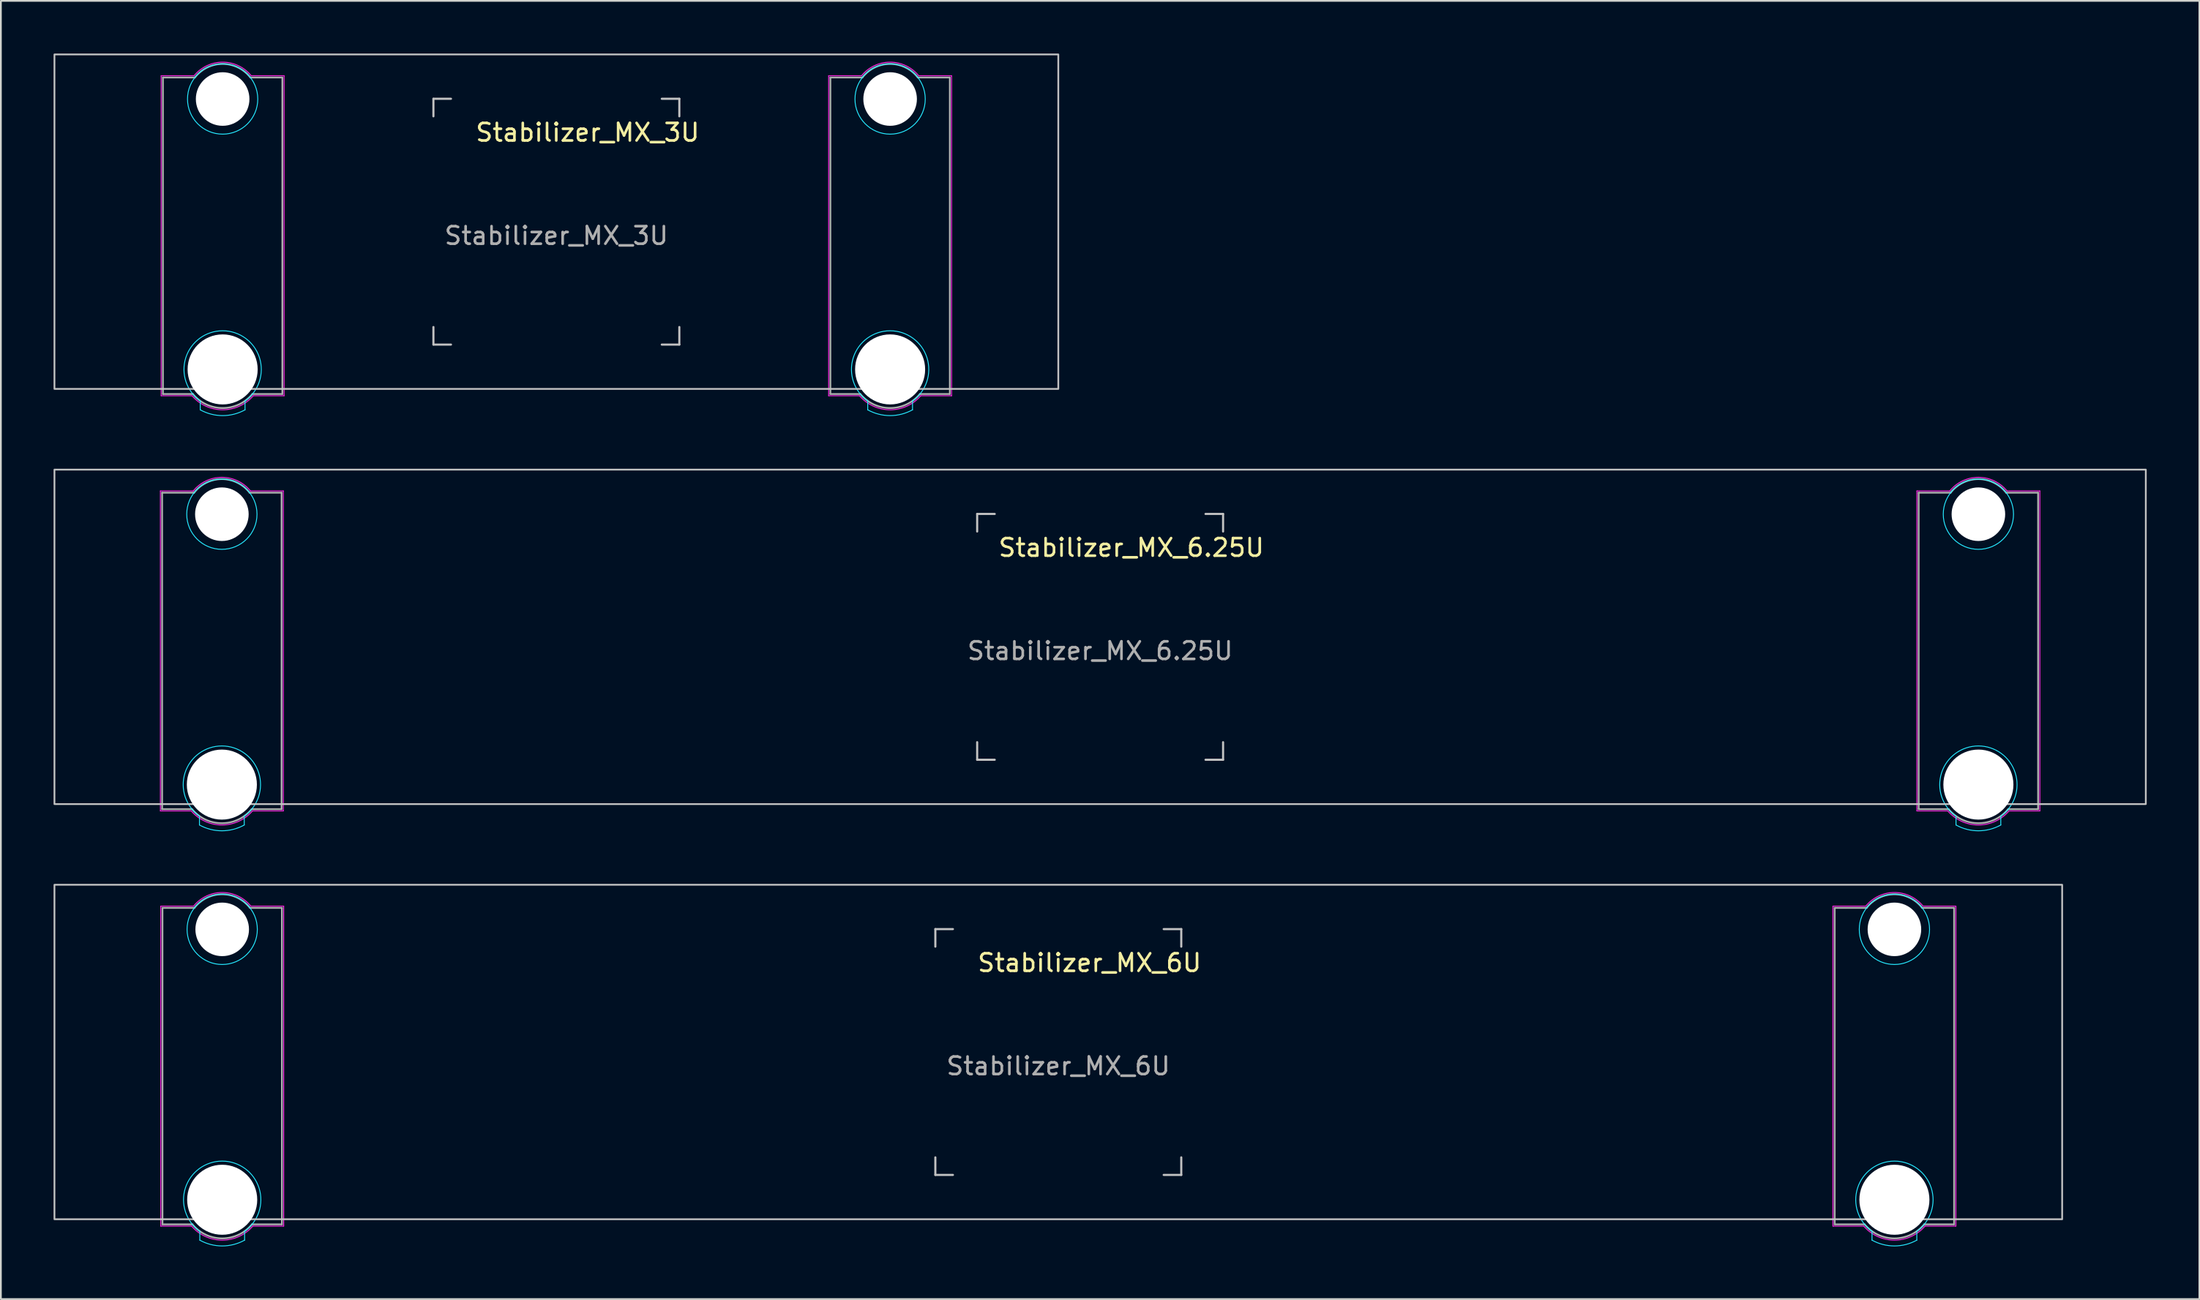
<source format=kicad_pcb>
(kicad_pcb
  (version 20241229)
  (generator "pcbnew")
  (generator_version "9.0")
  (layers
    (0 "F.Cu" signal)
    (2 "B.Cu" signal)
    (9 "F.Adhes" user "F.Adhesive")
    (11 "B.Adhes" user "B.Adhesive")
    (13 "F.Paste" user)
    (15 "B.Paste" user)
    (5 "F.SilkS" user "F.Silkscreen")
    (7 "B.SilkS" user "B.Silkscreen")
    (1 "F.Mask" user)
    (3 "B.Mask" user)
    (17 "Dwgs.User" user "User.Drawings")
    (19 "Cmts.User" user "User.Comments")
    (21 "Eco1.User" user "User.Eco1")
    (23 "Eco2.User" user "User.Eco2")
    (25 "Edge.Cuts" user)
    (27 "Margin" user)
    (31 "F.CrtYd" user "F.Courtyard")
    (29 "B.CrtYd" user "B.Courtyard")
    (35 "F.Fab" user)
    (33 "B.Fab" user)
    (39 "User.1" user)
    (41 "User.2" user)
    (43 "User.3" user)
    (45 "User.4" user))
  (footprint "Stabilizer_MX_6.25U"
    (layer "F.Cu")
    (at 59.581 33.221)
    (property "Reference" "Stabilizer_MX_6.25U" (at 1.778 -5.08 180) (layer "F.SilkS") (effects (font (size 1 1) (thickness 0.15))))
    (attr exclude_from_pos_files exclude_from_bom)
    (fp_line (start -7 -7) (end -7 -6) (stroke (width 0.12) (type solid)) (layer "Dwgs.User"))
    (fp_line (start -7 -7) (end -6 -7) (stroke (width 0.12) (type solid)) (layer "Dwgs.User"))
    (fp_line (start -7 7) (end -7 6) (stroke (width 0.12) (type solid)) (layer "Dwgs.User"))
    (fp_line (start -6 7) (end -7 7) (stroke (width 0.12) (type solid)) (layer "Dwgs.User"))
    (fp_line (start 6 -7) (end 7 -7) (stroke (width 0.12) (type solid)) (layer "Dwgs.User"))
    (fp_line (start 7 -7) (end 7 -6) (stroke (width 0.12) (type solid)) (layer "Dwgs.User"))
    (fp_line (start 7 6) (end 7 7) (stroke (width 0.12) (type solid)) (layer "Dwgs.User"))
    (fp_line (start 7 7) (end 6 7) (stroke (width 0.12) (type solid)) (layer "Dwgs.User"))
    (fp_rect (start -59.531 -9.525) (end 59.531 9.525) (stroke (width 0.1) (type default)) (fill no) (layer "Dwgs.User"))
    (fp_line (start -51.275 10.209) (end -51.275 10.716) (stroke (width 0.05) (type default)) (layer "B.CrtYd"))
    (fp_line (start -48.725 10.716) (end -48.725 10.209) (stroke (width 0.05) (type default)) (layer "B.CrtYd"))
    (fp_line (start 48.725 10.209) (end 48.725 10.716) (stroke (width 0.05) (type default)) (layer "B.CrtYd"))
    (fp_line (start 51.275 10.716) (end 51.275 10.209) (stroke (width 0.05) (type default)) (layer "B.CrtYd"))
    (fp_arc (start -51.275212 10.209157) (mid -49.999999 6.213826) (end -48.724789 10.209158) (stroke (width 0.05) (type default)) (layer "B.CrtYd"))
    (fp_arc (start -48.724789 10.715741) (mid -50 11.045508) (end -51.275212 10.715741) (stroke (width 0.05) (type default)) (layer "B.CrtYd"))
    (fp_arc (start 48.724788 10.209157) (mid 50.000001 6.213826) (end 51.275211 10.209158) (stroke (width 0.05) (type default)) (layer "B.CrtYd"))
    (fp_arc (start 51.275211 10.715741) (mid 50 11.045508) (end 48.724788 10.715741) (stroke (width 0.05) (type default)) (layer "B.CrtYd"))
    (fp_circle (center -50 -6.985) (end -50 -8.985) (stroke (width 0.05) (type default)) (fill no) (layer "B.CrtYd"))
    (fp_circle (center 50 -6.985) (end 50 -8.985) (stroke (width 0.05) (type default)) (fill no) (layer "B.CrtYd"))
    (fp_line (start -53.5 -8.31) (end -53.5 9.915) (stroke (width 0.05) (type default)) (layer "F.CrtYd"))
    (fp_line (start -53.5 9.915) (end -51.744 9.915) (stroke (width 0.05) (type default)) (layer "F.CrtYd"))
    (fp_line (start -51.629 -8.31) (end -53.5 -8.31) (stroke (width 0.05) (type default)) (layer "F.CrtYd"))
    (fp_line (start -48.371 -8.31) (end -46.5 -8.31) (stroke (width 0.05) (type default)) (layer "F.CrtYd"))
    (fp_line (start -48.256 9.915) (end -46.5 9.915) (stroke (width 0.05) (type default)) (layer "F.CrtYd"))
    (fp_line (start -46.5 9.915) (end -46.5 -8.31) (stroke (width 0.05) (type default)) (layer "F.CrtYd"))
    (fp_line (start 46.5 -8.31) (end 46.5 9.915) (stroke (width 0.05) (type default)) (layer "F.CrtYd"))
    (fp_line (start 46.5 9.915) (end 48.256 9.915) (stroke (width 0.05) (type default)) (layer "F.CrtYd"))
    (fp_line (start 48.371 -8.31) (end 46.5 -8.31) (stroke (width 0.05) (type default)) (layer "F.CrtYd"))
    (fp_line (start 51.629 -8.31) (end 53.5 -8.31) (stroke (width 0.05) (type default)) (layer "F.CrtYd"))
    (fp_line (start 51.744 9.915) (end 53.5 9.915) (stroke (width 0.05) (type default)) (layer "F.CrtYd"))
    (fp_line (start 53.5 9.915) (end 53.5 -8.31) (stroke (width 0.05) (type default)) (layer "F.CrtYd"))
    (fp_arc (start -51.629225 -8.31) (mid -50.001569 -9.084999) (end -48.372757 -8.312434) (stroke (width 0.05) (type default)) (layer "F.CrtYd"))
    (fp_arc (start -48.25644 9.915) (mid -50 10.715001) (end -51.74356 9.915) (stroke (width 0.05) (type default)) (layer "F.CrtYd"))
    (fp_arc (start 48.370775 -8.31) (mid 49.998431 -9.084999) (end 51.627243 -8.312434) (stroke (width 0.05) (type default)) (layer "F.CrtYd"))
    (fp_arc (start 51.74356 9.915) (mid 50 10.715001) (end 48.25644 9.915) (stroke (width 0.05) (type default)) (layer "F.CrtYd"))
    (fp_line (start -53.4 -8.21) (end -53.4 9.815) (stroke (width 0.1) (type default)) (layer "F.Fab"))
    (fp_line (start -53.4 9.815) (end -51.697 9.815) (stroke (width 0.1) (type default)) (layer "F.Fab"))
    (fp_line (start -51.581 -8.21) (end -53.4 -8.21) (stroke (width 0.1) (type default)) (layer "F.Fab"))
    (fp_line (start -48.419 -8.21) (end -46.6 -8.21) (stroke (width 0.1) (type default)) (layer "F.Fab"))
    (fp_line (start -48.303 9.815) (end -46.6 9.815) (stroke (width 0.1) (type default)) (layer "F.Fab"))
    (fp_line (start -46.6 9.815) (end -46.6 -8.21) (stroke (width 0.1) (type default)) (layer "F.Fab"))
    (fp_line (start 46.6 -8.21) (end 46.6 9.815) (stroke (width 0.1) (type default)) (layer "F.Fab"))
    (fp_line (start 46.6 9.815) (end 48.303 9.815) (stroke (width 0.1) (type default)) (layer "F.Fab"))
    (fp_line (start 48.419 -8.21) (end 46.6 -8.21) (stroke (width 0.1) (type default)) (layer "F.Fab"))
    (fp_line (start 51.581 -8.21) (end 53.4 -8.21) (stroke (width 0.1) (type default)) (layer "F.Fab"))
    (fp_line (start 51.697 9.815) (end 53.4 9.815) (stroke (width 0.1) (type default)) (layer "F.Fab"))
    (fp_line (start 53.4 9.815) (end 53.4 -8.21) (stroke (width 0.1) (type default)) (layer "F.Fab"))
    (fp_arc (start -51.580941 -8.21) (mid -50 -8.985) (end -48.419059 -8.21) (stroke (width 0.1) (type default)) (layer "F.Fab"))
    (fp_arc (start -48.302944 9.815) (mid -50 10.615) (end -51.697056 9.815) (stroke (width 0.1) (type default)) (layer "F.Fab"))
    (fp_arc (start 48.419059 -8.21) (mid 50 -8.985) (end 51.580941 -8.21) (stroke (width 0.1) (type default)) (layer "F.Fab"))
    (fp_arc (start 51.697056 9.815) (mid 50 10.615) (end 48.302944 9.815) (stroke (width 0.1) (type default)) (layer "F.Fab"))
    (fp_text user "${REFERENCE}" (at 0 0.8 0) (layer "F.Fab") (effects (font (size 1 1) (thickness 0.15))))
    (pad "" np_thru_hole circle (at -50 -6.985 180) (size 3.05 3.05) (drill 3.05) (layers "*.Cu" "*.Mask"))
    (pad "" np_thru_hole circle (at -50 8.415) (size 3.988 3.988) (drill 3.988) (layers "*.Cu" "*.Mask"))
    (pad "" np_thru_hole circle (at 50 -6.985 180) (size 3.05 3.05) (drill 3.05) (layers "*.Cu" "*.Mask"))
    (pad "" np_thru_hole circle (at 50 8.415) (size 3.988 3.988) (drill 3.988) (layers "*.Cu" "*.Mask")))
  (footprint "Stabilizer_MX_6U"
    (layer "F.Cu")
    (at 57.2 56.866)
    (property "Reference" "Stabilizer_MX_6U" (at 1.778 -5.08 180) (layer "F.SilkS") (effects (font (size 1 1) (thickness 0.15))))
    (attr exclude_from_pos_files exclude_from_bom)
    (fp_line (start -7 -7) (end -7 -6) (stroke (width 0.12) (type solid)) (layer "Dwgs.User"))
    (fp_line (start -7 -7) (end -6 -7) (stroke (width 0.12) (type solid)) (layer "Dwgs.User"))
    (fp_line (start -7 7) (end -7 6) (stroke (width 0.12) (type solid)) (layer "Dwgs.User"))
    (fp_line (start -6 7) (end -7 7) (stroke (width 0.12) (type solid)) (layer "Dwgs.User"))
    (fp_line (start 6 -7) (end 7 -7) (stroke (width 0.12) (type solid)) (layer "Dwgs.User"))
    (fp_line (start 7 -7) (end 7 -6) (stroke (width 0.12) (type solid)) (layer "Dwgs.User"))
    (fp_line (start 7 6) (end 7 7) (stroke (width 0.12) (type solid)) (layer "Dwgs.User"))
    (fp_line (start 7 7) (end 6 7) (stroke (width 0.12) (type solid)) (layer "Dwgs.User"))
    (fp_rect (start -57.15 -9.525) (end 57.15 9.525) (stroke (width 0.1) (type default)) (fill no) (layer "Dwgs.User"))
    (fp_line (start -48.875 10.209) (end -48.875 10.716) (stroke (width 0.05) (type default)) (layer "B.CrtYd"))
    (fp_line (start -46.325 10.716) (end -46.325 10.209) (stroke (width 0.05) (type default)) (layer "B.CrtYd"))
    (fp_line (start 46.325 10.209) (end 46.325 10.716) (stroke (width 0.05) (type default)) (layer "B.CrtYd"))
    (fp_line (start 48.875 10.716) (end 48.875 10.209) (stroke (width 0.05) (type default)) (layer "B.CrtYd"))
    (fp_arc (start -48.875212 10.209157) (mid -47.599999 6.213826) (end -46.324789 10.209158) (stroke (width 0.05) (type default)) (layer "B.CrtYd"))
    (fp_arc (start -46.324789 10.715741) (mid -47.6 11.045508) (end -48.875212 10.715741) (stroke (width 0.05) (type default)) (layer "B.CrtYd"))
    (fp_arc (start 46.324788 10.209157) (mid 47.600001 6.213826) (end 48.875211 10.209158) (stroke (width 0.05) (type default)) (layer "B.CrtYd"))
    (fp_arc (start 48.875211 10.715741) (mid 47.6 11.045508) (end 46.324788 10.715741) (stroke (width 0.05) (type default)) (layer "B.CrtYd"))
    (fp_circle (center -47.6 -6.985) (end -47.6 -8.985) (stroke (width 0.05) (type default)) (fill no) (layer "B.CrtYd"))
    (fp_circle (center 47.6 -6.985) (end 47.6 -8.985) (stroke (width 0.05) (type default)) (fill no) (layer "B.CrtYd"))
    (fp_line (start -51.1 -8.31) (end -51.1 9.915) (stroke (width 0.05) (type default)) (layer "F.CrtYd"))
    (fp_line (start -51.1 9.915) (end -49.344 9.915) (stroke (width 0.05) (type default)) (layer "F.CrtYd"))
    (fp_line (start -49.229 -8.31) (end -51.1 -8.31) (stroke (width 0.05) (type default)) (layer "F.CrtYd"))
    (fp_line (start -45.971 -8.31) (end -44.1 -8.31) (stroke (width 0.05) (type default)) (layer "F.CrtYd"))
    (fp_line (start -45.856 9.915) (end -44.1 9.915) (stroke (width 0.05) (type default)) (layer "F.CrtYd"))
    (fp_line (start -44.1 9.915) (end -44.1 -8.31) (stroke (width 0.05) (type default)) (layer "F.CrtYd"))
    (fp_line (start 44.1 -8.31) (end 44.1 9.915) (stroke (width 0.05) (type default)) (layer "F.CrtYd"))
    (fp_line (start 44.1 9.915) (end 45.856 9.915) (stroke (width 0.05) (type default)) (layer "F.CrtYd"))
    (fp_line (start 45.971 -8.31) (end 44.1 -8.31) (stroke (width 0.05) (type default)) (layer "F.CrtYd"))
    (fp_line (start 49.229 -8.31) (end 51.1 -8.31) (stroke (width 0.05) (type default)) (layer "F.CrtYd"))
    (fp_line (start 49.344 9.915) (end 51.1 9.915) (stroke (width 0.05) (type default)) (layer "F.CrtYd"))
    (fp_line (start 51.1 9.915) (end 51.1 -8.31) (stroke (width 0.05) (type default)) (layer "F.CrtYd"))
    (fp_arc (start -49.229225 -8.31) (mid -47.601569 -9.084999) (end -45.972757 -8.312434) (stroke (width 0.05) (type default)) (layer "F.CrtYd"))
    (fp_arc (start -45.85644 9.915) (mid -47.6 10.715001) (end -49.34356 9.915) (stroke (width 0.05) (type default)) (layer "F.CrtYd"))
    (fp_arc (start 45.970775 -8.31) (mid 47.598431 -9.084999) (end 49.227243 -8.312434) (stroke (width 0.05) (type default)) (layer "F.CrtYd"))
    (fp_arc (start 49.34356 9.915) (mid 47.6 10.715001) (end 45.85644 9.915) (stroke (width 0.05) (type default)) (layer "F.CrtYd"))
    (fp_line (start -51 -8.21) (end -51 9.815) (stroke (width 0.1) (type default)) (layer "F.Fab"))
    (fp_line (start -51 9.815) (end -49.297 9.815) (stroke (width 0.1) (type default)) (layer "F.Fab"))
    (fp_line (start -49.181 -8.21) (end -51 -8.21) (stroke (width 0.1) (type default)) (layer "F.Fab"))
    (fp_line (start -46.019 -8.21) (end -44.2 -8.21) (stroke (width 0.1) (type default)) (layer "F.Fab"))
    (fp_line (start -45.903 9.815) (end -44.2 9.815) (stroke (width 0.1) (type default)) (layer "F.Fab"))
    (fp_line (start -44.2 9.815) (end -44.2 -8.21) (stroke (width 0.1) (type default)) (layer "F.Fab"))
    (fp_line (start 44.2 -8.21) (end 44.2 9.815) (stroke (width 0.1) (type default)) (layer "F.Fab"))
    (fp_line (start 44.2 9.815) (end 45.903 9.815) (stroke (width 0.1) (type default)) (layer "F.Fab"))
    (fp_line (start 46.019 -8.21) (end 44.2 -8.21) (stroke (width 0.1) (type default)) (layer "F.Fab"))
    (fp_line (start 49.181 -8.21) (end 51 -8.21) (stroke (width 0.1) (type default)) (layer "F.Fab"))
    (fp_line (start 49.297 9.815) (end 51 9.815) (stroke (width 0.1) (type default)) (layer "F.Fab"))
    (fp_line (start 51 9.815) (end 51 -8.21) (stroke (width 0.1) (type default)) (layer "F.Fab"))
    (fp_arc (start -49.180941 -8.21) (mid -47.6 -8.985) (end -46.019059 -8.21) (stroke (width 0.1) (type default)) (layer "F.Fab"))
    (fp_arc (start -45.902944 9.815) (mid -47.6 10.615) (end -49.297056 9.815) (stroke (width 0.1) (type default)) (layer "F.Fab"))
    (fp_arc (start 46.019059 -8.21) (mid 47.6 -8.985) (end 49.180941 -8.21) (stroke (width 0.1) (type default)) (layer "F.Fab"))
    (fp_arc (start 49.297056 9.815) (mid 47.6 10.615) (end 45.902944 9.815) (stroke (width 0.1) (type default)) (layer "F.Fab"))
    (fp_text user "${REFERENCE}" (at 0 0.8 0) (layer "F.Fab") (effects (font (size 1 1) (thickness 0.15))))
    (pad "" np_thru_hole circle (at -47.6 -6.985 180) (size 3.05 3.05) (drill 3.05) (layers "*.Cu" "*.Mask"))
    (pad "" np_thru_hole circle (at -47.6 8.415) (size 3.988 3.988) (drill 3.988) (layers "*.Cu" "*.Mask"))
    (pad "" np_thru_hole circle (at 47.6 -6.985 180) (size 3.05 3.05) (drill 3.05) (layers "*.Cu" "*.Mask"))
    (pad "" np_thru_hole circle (at 47.6 8.415) (size 3.988 3.988) (drill 3.988) (layers "*.Cu" "*.Mask")))
  (footprint "Stabilizer_MX_3U"
    (layer "F.Cu")
    (at 28.625 9.575)
    (property "Reference" "Stabilizer_MX_3U" (at 1.778 -5.08 180) (layer "F.SilkS") (effects (font (size 1 1) (thickness 0.15))))
    (attr exclude_from_pos_files exclude_from_bom)
    (fp_line (start -7 -7) (end -7 -6) (stroke (width 0.12) (type solid)) (layer "Dwgs.User"))
    (fp_line (start -7 -7) (end -6 -7) (stroke (width 0.12) (type solid)) (layer "Dwgs.User"))
    (fp_line (start -7 7) (end -7 6) (stroke (width 0.12) (type solid)) (layer "Dwgs.User"))
    (fp_line (start -6 7) (end -7 7) (stroke (width 0.12) (type solid)) (layer "Dwgs.User"))
    (fp_line (start 6 -7) (end 7 -7) (stroke (width 0.12) (type solid)) (layer "Dwgs.User"))
    (fp_line (start 7 -7) (end 7 -6) (stroke (width 0.12) (type solid)) (layer "Dwgs.User"))
    (fp_line (start 7 6) (end 7 7) (stroke (width 0.12) (type solid)) (layer "Dwgs.User"))
    (fp_line (start 7 7) (end 6 7) (stroke (width 0.12) (type solid)) (layer "Dwgs.User"))
    (fp_rect (start -28.575 -9.525) (end 28.575 9.525) (stroke (width 0.1) (type default)) (fill no) (layer "Dwgs.User"))
    (fp_line (start -20.275 10.209) (end -20.275 10.716) (stroke (width 0.05) (type default)) (layer "B.CrtYd"))
    (fp_line (start -17.725 10.716) (end -17.725 10.209) (stroke (width 0.05) (type default)) (layer "B.CrtYd"))
    (fp_line (start 17.725 10.209) (end 17.725 10.716) (stroke (width 0.05) (type default)) (layer "B.CrtYd"))
    (fp_line (start 20.275 10.716) (end 20.275 10.209) (stroke (width 0.05) (type default)) (layer "B.CrtYd"))
    (fp_arc (start -20.275212 10.209157) (mid -18.999999 6.213826) (end -17.724789 10.209158) (stroke (width 0.05) (type default)) (layer "B.CrtYd"))
    (fp_arc (start -17.724789 10.715741) (mid -19 11.045508) (end -20.275212 10.715741) (stroke (width 0.05) (type default)) (layer "B.CrtYd"))
    (fp_arc (start 17.724788 10.209157) (mid 19.000001 6.213826) (end 20.275211 10.209158) (stroke (width 0.05) (type default)) (layer "B.CrtYd"))
    (fp_arc (start 20.275211 10.715741) (mid 19 11.045508) (end 17.724788 10.715741) (stroke (width 0.05) (type default)) (layer "B.CrtYd"))
    (fp_circle (center -19 -6.985) (end -19 -8.985) (stroke (width 0.05) (type default)) (fill no) (layer "B.CrtYd"))
    (fp_circle (center 19 -6.985) (end 19 -8.985) (stroke (width 0.05) (type default)) (fill no) (layer "B.CrtYd"))
    (fp_line (start -22.5 -8.31) (end -22.5 9.915) (stroke (width 0.05) (type default)) (layer "F.CrtYd"))
    (fp_line (start -22.5 9.915) (end -20.744 9.915) (stroke (width 0.05) (type default)) (layer "F.CrtYd"))
    (fp_line (start -20.629 -8.31) (end -22.5 -8.31) (stroke (width 0.05) (type default)) (layer "F.CrtYd"))
    (fp_line (start -17.371 -8.31) (end -15.5 -8.31) (stroke (width 0.05) (type default)) (layer "F.CrtYd"))
    (fp_line (start -17.256 9.915) (end -15.5 9.915) (stroke (width 0.05) (type default)) (layer "F.CrtYd"))
    (fp_line (start -15.5 9.915) (end -15.5 -8.31) (stroke (width 0.05) (type default)) (layer "F.CrtYd"))
    (fp_line (start 15.5 -8.31) (end 15.5 9.915) (stroke (width 0.05) (type default)) (layer "F.CrtYd"))
    (fp_line (start 15.5 9.915) (end 17.256 9.915) (stroke (width 0.05) (type default)) (layer "F.CrtYd"))
    (fp_line (start 17.371 -8.31) (end 15.5 -8.31) (stroke (width 0.05) (type default)) (layer "F.CrtYd"))
    (fp_line (start 20.629 -8.31) (end 22.5 -8.31) (stroke (width 0.05) (type default)) (layer "F.CrtYd"))
    (fp_line (start 20.744 9.915) (end 22.5 9.915) (stroke (width 0.05) (type default)) (layer "F.CrtYd"))
    (fp_line (start 22.5 9.915) (end 22.5 -8.31) (stroke (width 0.05) (type default)) (layer "F.CrtYd"))
    (fp_arc (start -20.629225 -8.31) (mid -19.001569 -9.084999) (end -17.372757 -8.312434) (stroke (width 0.05) (type default)) (layer "F.CrtYd"))
    (fp_arc (start -17.25644 9.915) (mid -19 10.715001) (end -20.74356 9.915) (stroke (width 0.05) (type default)) (layer "F.CrtYd"))
    (fp_arc (start 17.370775 -8.31) (mid 18.998431 -9.084999) (end 20.627243 -8.312434) (stroke (width 0.05) (type default)) (layer "F.CrtYd"))
    (fp_arc (start 20.74356 9.915) (mid 19 10.715001) (end 17.25644 9.915) (stroke (width 0.05) (type default)) (layer "F.CrtYd"))
    (fp_line (start -22.4 -8.21) (end -22.4 9.815) (stroke (width 0.1) (type default)) (layer "F.Fab"))
    (fp_line (start -22.4 9.815) (end -20.697 9.815) (stroke (width 0.1) (type default)) (layer "F.Fab"))
    (fp_line (start -20.581 -8.21) (end -22.4 -8.21) (stroke (width 0.1) (type default)) (layer "F.Fab"))
    (fp_line (start -17.419 -8.21) (end -15.6 -8.21) (stroke (width 0.1) (type default)) (layer "F.Fab"))
    (fp_line (start -17.303 9.815) (end -15.6 9.815) (stroke (width 0.1) (type default)) (layer "F.Fab"))
    (fp_line (start -15.6 9.815) (end -15.6 -8.21) (stroke (width 0.1) (type default)) (layer "F.Fab"))
    (fp_line (start 15.6 -8.21) (end 15.6 9.815) (stroke (width 0.1) (type default)) (layer "F.Fab"))
    (fp_line (start 15.6 9.815) (end 17.303 9.815) (stroke (width 0.1) (type default)) (layer "F.Fab"))
    (fp_line (start 17.419 -8.21) (end 15.6 -8.21) (stroke (width 0.1) (type default)) (layer "F.Fab"))
    (fp_line (start 20.581 -8.21) (end 22.4 -8.21) (stroke (width 0.1) (type default)) (layer "F.Fab"))
    (fp_line (start 20.697 9.815) (end 22.4 9.815) (stroke (width 0.1) (type default)) (layer "F.Fab"))
    (fp_line (start 22.4 9.815) (end 22.4 -8.21) (stroke (width 0.1) (type default)) (layer "F.Fab"))
    (fp_arc (start -20.580941 -8.21) (mid -19 -8.985) (end -17.419059 -8.21) (stroke (width 0.1) (type default)) (layer "F.Fab"))
    (fp_arc (start -17.302944 9.815) (mid -19 10.615) (end -20.697056 9.815) (stroke (width 0.1) (type default)) (layer "F.Fab"))
    (fp_arc (start 17.419059 -8.21) (mid 19 -8.985) (end 20.580941 -8.21) (stroke (width 0.1) (type default)) (layer "F.Fab"))
    (fp_arc (start 20.697056 9.815) (mid 19 10.615) (end 17.302944 9.815) (stroke (width 0.1) (type default)) (layer "F.Fab"))
    (fp_text user "${REFERENCE}" (at 0 0.8 0) (layer "F.Fab") (effects (font (size 1 1) (thickness 0.15))))
    (pad "" np_thru_hole circle (at -19 -6.985 180) (size 3.05 3.05) (drill 3.05) (layers "*.Cu" "*.Mask"))
    (pad "" np_thru_hole circle (at -19 8.415) (size 3.988 3.988) (drill 3.988) (layers "*.Cu" "*.Mask"))
    (pad "" np_thru_hole circle (at 19 -6.985 180) (size 3.05 3.05) (drill 3.05) (layers "*.Cu" "*.Mask"))
    (pad "" np_thru_hole circle (at 19 8.415) (size 3.988 3.988) (drill 3.988) (layers "*.Cu" "*.Mask")))
  (gr_rect
    (start -3 -3)
    (end 122.162 70.937)
    (stroke (width 0.1) (type default))
    (fill no)
    (layer "Edge.Cuts")))
</source>
